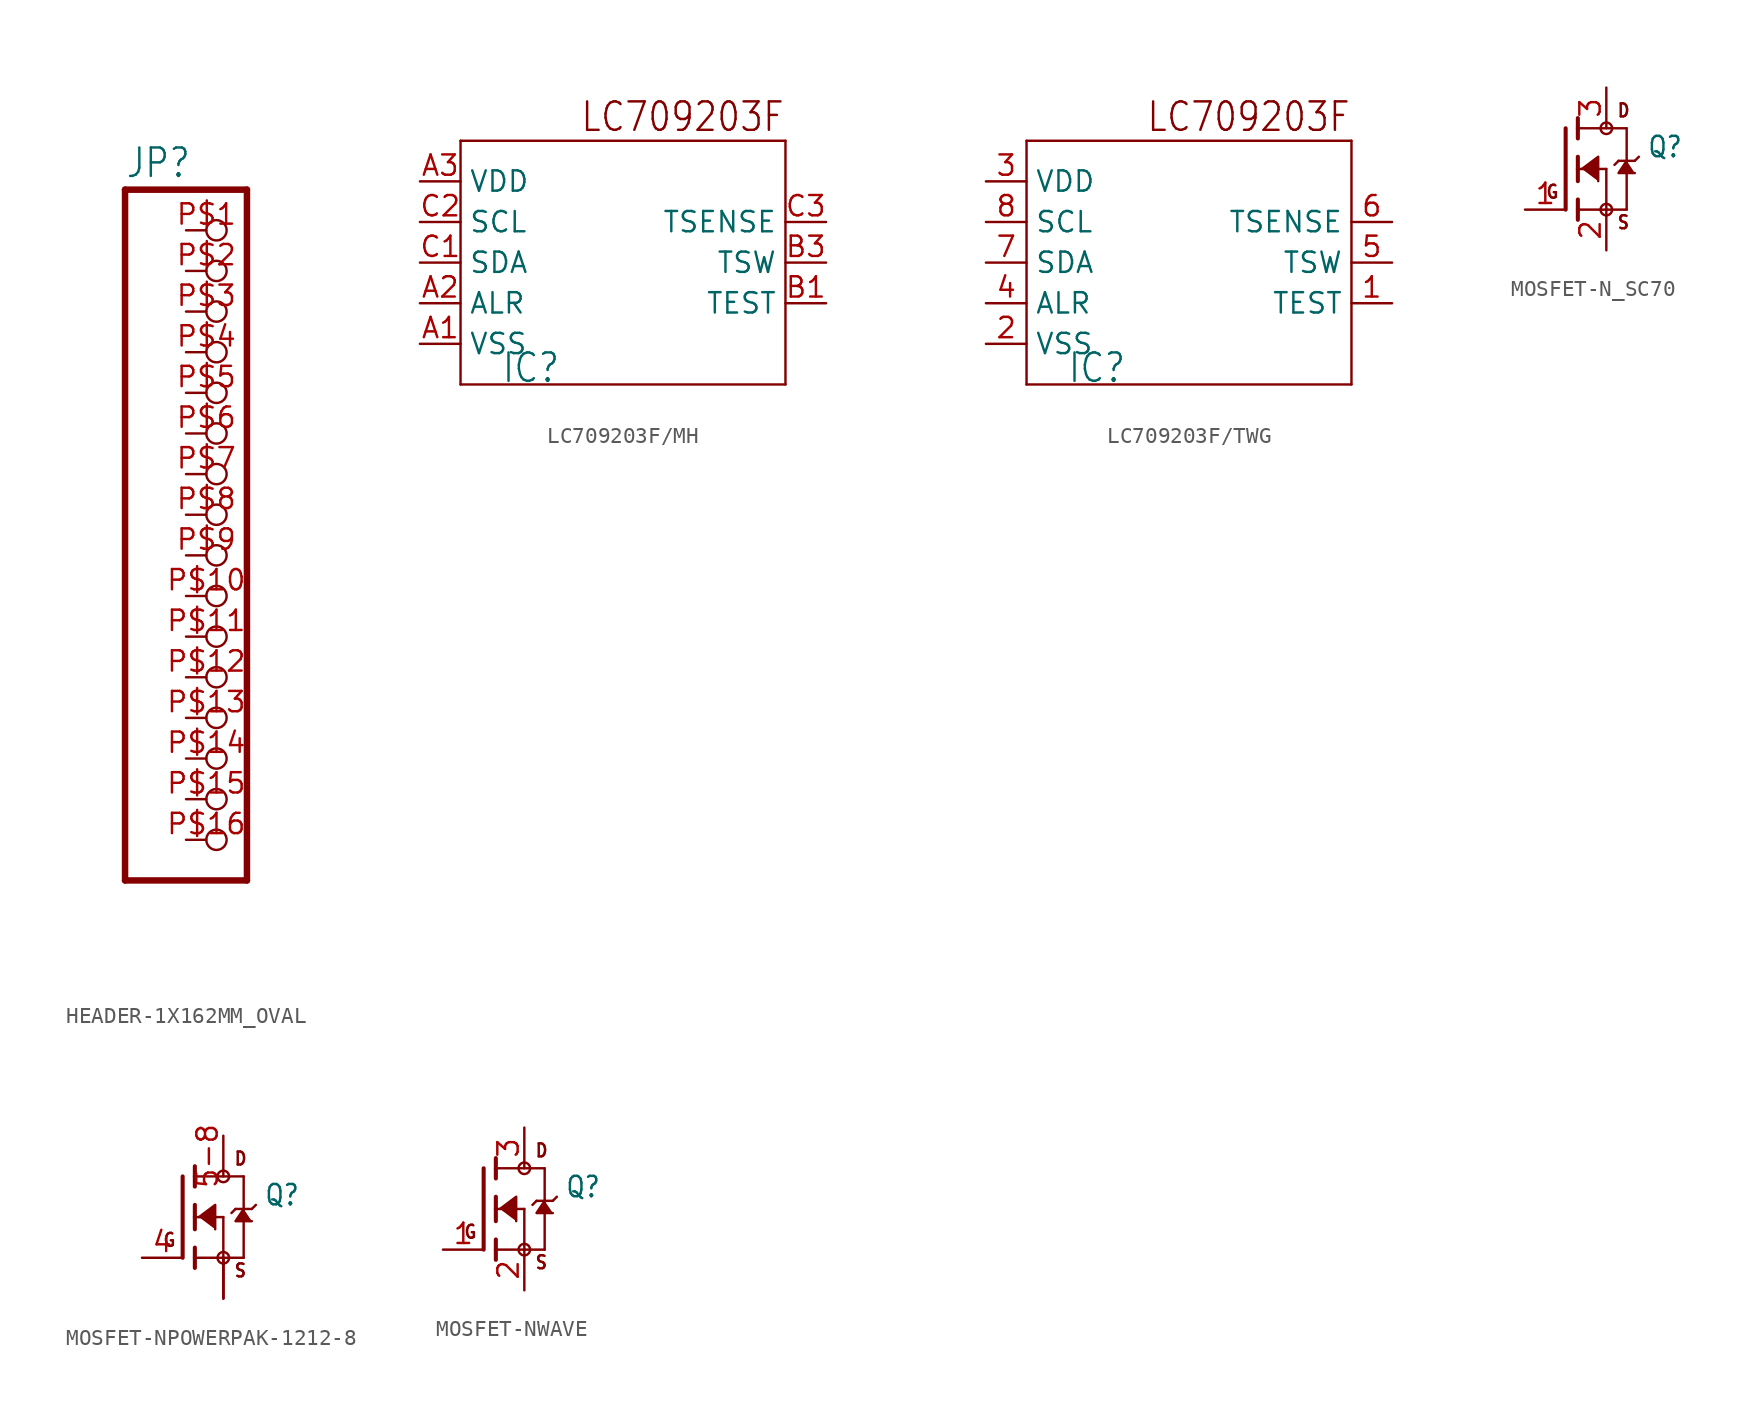
<source format=kicad_sym>
(kicad_symbol_lib
  (version 20231120)
  (generator "kicad_symbol_editor")
  (generator_version "8.0")
  (symbol "HEADER-1X162MM_OVAL"
    (property "Reference" "JP"
      (at -6.35 20.955 0)
      (effects (font (size 1.778 1.511)) (justify left bottom)))
    (property "Value" ""
      (at -6.35 -25.4 0)
      (effects (font (size 1.778 1.511)) (justify left bottom)))
    (property "ki_locked" ""
      (at 0 0 0)
      (effects (font (size 1.27 1.27))))
    (symbol "HEADER-1X162MM_OVAL_1_0"
      (polyline (pts (xy -6.35 -22.86) (xy 1.27 -22.86)) (stroke (width 0.406) (type solid)) (fill (type none)))
      (polyline (pts (xy -6.35 20.32) (xy -6.35 -22.86)) (stroke (width 0.406) (type solid)) (fill (type none)))
      (polyline (pts (xy 1.27 -22.86) (xy 1.27 20.32)) (stroke (width 0.406) (type solid)) (fill (type none)))
      (polyline (pts (xy 1.27 20.32) (xy -6.35 20.32)) (stroke (width 0.406) (type solid)) (fill (type none)))
      (pin passive inverted (at -2.54 17.78 0) (length 2.54) (name "1" (effects (font (size 0 0)))) (number "P$1" (effects (font (size 1.27 1.27)))))
      (pin passive inverted (at -2.54 -5.08 0) (length 2.54) (name "10" (effects (font (size 0 0)))) (number "P$10" (effects (font (size 1.27 1.27)))))
      (pin passive inverted (at -2.54 -7.62 0) (length 2.54) (name "11" (effects (font (size 0 0)))) (number "P$11" (effects (font (size 1.27 1.27)))))
      (pin passive inverted (at -2.54 -10.16 0) (length 2.54) (name "12" (effects (font (size 0 0)))) (number "P$12" (effects (font (size 1.27 1.27)))))
      (pin passive inverted (at -2.54 -12.7 0) (length 2.54) (name "13" (effects (font (size 0 0)))) (number "P$13" (effects (font (size 1.27 1.27)))))
      (pin passive inverted (at -2.54 -15.24 0) (length 2.54) (name "14" (effects (font (size 0 0)))) (number "P$14" (effects (font (size 1.27 1.27)))))
      (pin passive inverted (at -2.54 -17.78 0) (length 2.54) (name "15" (effects (font (size 0 0)))) (number "P$15" (effects (font (size 1.27 1.27)))))
      (pin passive inverted (at -2.54 -20.32 0) (length 2.54) (name "16" (effects (font (size 0 0)))) (number "P$16" (effects (font (size 1.27 1.27)))))
      (pin passive inverted (at -2.54 15.24 0) (length 2.54) (name "2" (effects (font (size 0 0)))) (number "P$2" (effects (font (size 1.27 1.27)))))
      (pin passive inverted (at -2.54 12.7 0) (length 2.54) (name "3" (effects (font (size 0 0)))) (number "P$3" (effects (font (size 1.27 1.27)))))
      (pin passive inverted (at -2.54 10.16 0) (length 2.54) (name "4" (effects (font (size 0 0)))) (number "P$4" (effects (font (size 1.27 1.27)))))
      (pin passive inverted (at -2.54 7.62 0) (length 2.54) (name "5" (effects (font (size 0 0)))) (number "P$5" (effects (font (size 1.27 1.27)))))
      (pin passive inverted (at -2.54 5.08 0) (length 2.54) (name "6" (effects (font (size 0 0)))) (number "P$6" (effects (font (size 1.27 1.27)))))
      (pin passive inverted (at -2.54 2.54 0) (length 2.54) (name "7" (effects (font (size 0 0)))) (number "P$7" (effects (font (size 1.27 1.27)))))
      (pin passive inverted (at -2.54 0 0) (length 2.54) (name "8" (effects (font (size 0 0)))) (number "P$8" (effects (font (size 1.27 1.27)))))
      (pin passive inverted (at -2.54 -2.54 0) (length 2.54) (name "9" (effects (font (size 0 0)))) (number "P$9" (effects (font (size 1.27 1.27)))))))
  (symbol "LC709203F/MH"
    (property "Reference" "IC"
      (at -7.62 -7.62 0)
      (effects (font (size 1.778 1.511)) (justify left bottom)))
    (property "ki_locked" ""
      (at 0 0 0)
      (effects (font (size 1.27 1.27))))
    (symbol "LC709203F/MH_1_0"
      (polyline (pts (xy -10.16 -7.62) (xy -10.16 7.62)) (stroke (width 0.152) (type solid)) (fill (type none)))
      (polyline (pts (xy -10.16 7.62) (xy 10.16 7.62)) (stroke (width 0.152) (type solid)) (fill (type none)))
      (polyline (pts (xy 10.16 -7.62) (xy -10.16 -7.62)) (stroke (width 0.152) (type solid)) (fill (type none)))
      (polyline (pts (xy 10.16 7.62) (xy 10.16 -7.62)) (stroke (width 0.152) (type solid)) (fill (type none)))
      (text "LC709203F" (at 10.16 10.16 0) (effects (font (size 1.778 1.511)) (justify right top)))
      (pin power_in line (at -12.7 -5.08 0) (length 2.54) (name "VSS" (effects (font (size 1.27 1.27)))) (number "A1" (effects (font (size 1.27 1.27)))))
      (pin output line (at -12.7 -2.54 0) (length 2.54) (name "ALR" (effects (font (size 1.27 1.27)))) (number "A2" (effects (font (size 1.27 1.27)))))
      (pin power_in line (at -12.7 5.08 0) (length 2.54) (name "VDD" (effects (font (size 1.27 1.27)))) (number "A3" (effects (font (size 1.27 1.27)))))
      (pin input line (at 12.7 -2.54 180) (length 2.54) (name "TEST" (effects (font (size 1.27 1.27)))) (number "B1" (effects (font (size 1.27 1.27)))))
      (pin output line (at 12.7 0 180) (length 2.54) (name "TSW" (effects (font (size 1.27 1.27)))) (number "B3" (effects (font (size 1.27 1.27)))))
      (pin bidirectional line (at -12.7 0 0) (length 2.54) (name "SDA" (effects (font (size 1.27 1.27)))) (number "C1" (effects (font (size 1.27 1.27)))))
      (pin bidirectional line (at -12.7 2.54 0) (length 2.54) (name "SCL" (effects (font (size 1.27 1.27)))) (number "C2" (effects (font (size 1.27 1.27)))))
      (pin passive line (at 12.7 2.54 180) (length 2.54) (name "TSENSE" (effects (font (size 1.27 1.27)))) (number "C3" (effects (font (size 1.27 1.27)))))))
  (symbol "LC709203F/TWG"
    (property "Reference" "IC"
      (at -7.62 -7.62 0)
      (effects (font (size 1.778 1.511)) (justify left bottom)))
    (property "ki_locked" ""
      (at 0 0 0)
      (effects (font (size 1.27 1.27))))
    (symbol "LC709203F/TWG_1_0"
      (polyline (pts (xy -10.16 -7.62) (xy -10.16 7.62)) (stroke (width 0.152) (type solid)) (fill (type none)))
      (polyline (pts (xy -10.16 7.62) (xy 10.16 7.62)) (stroke (width 0.152) (type solid)) (fill (type none)))
      (polyline (pts (xy 10.16 -7.62) (xy -10.16 -7.62)) (stroke (width 0.152) (type solid)) (fill (type none)))
      (polyline (pts (xy 10.16 7.62) (xy 10.16 -7.62)) (stroke (width 0.152) (type solid)) (fill (type none)))
      (text "LC709203F" (at 10.16 10.16 0) (effects (font (size 1.778 1.511)) (justify right top)))
      (pin input line (at 12.7 -2.54 180) (length 2.54) (name "TEST" (effects (font (size 1.27 1.27)))) (number "1" (effects (font (size 1.27 1.27)))))
      (pin power_in line (at -12.7 -5.08 0) (length 2.54) (name "VSS" (effects (font (size 1.27 1.27)))) (number "2" (effects (font (size 1.27 1.27)))))
      (pin power_in line (at -12.7 5.08 0) (length 2.54) (name "VDD" (effects (font (size 1.27 1.27)))) (number "3" (effects (font (size 1.27 1.27)))))
      (pin output line (at -12.7 -2.54 0) (length 2.54) (name "ALR" (effects (font (size 1.27 1.27)))) (number "4" (effects (font (size 1.27 1.27)))))
      (pin output line (at 12.7 0 180) (length 2.54) (name "TSW" (effects (font (size 1.27 1.27)))) (number "5" (effects (font (size 1.27 1.27)))))
      (pin passive line (at 12.7 2.54 180) (length 2.54) (name "TSENSE" (effects (font (size 1.27 1.27)))) (number "6" (effects (font (size 1.27 1.27)))))
      (pin bidirectional line (at -12.7 0 0) (length 2.54) (name "SDA" (effects (font (size 1.27 1.27)))) (number "7" (effects (font (size 1.27 1.27)))))
      (pin bidirectional line (at -12.7 2.54 0) (length 2.54) (name "SCL" (effects (font (size 1.27 1.27)))) (number "8" (effects (font (size 1.27 1.27)))))))
  (symbol "MOSFET-N_SC70"
    (property "Reference" "Q"
      (at 5.08 0.635 0)
      (effects (font (size 1.27 1.079)) (justify left bottom)))
    (property "Value" ""
      (at 5.08 -1.27 0)
      (effects (font (size 1.27 1.079)) (justify left bottom)))
    (property "ki_locked" ""
      (at 0 0 0)
      (effects (font (size 1.27 1.27))))
    (symbol "MOSFET-N_SC70_1_0"
      (polyline (pts (xy 0 2.54) (xy 0 -2.54)) (stroke (width 0.254) (type solid)) (fill (type none)))
      (polyline (pts (xy 0.762 -2.54) (xy 0.762 -3.175)) (stroke (width 0.254) (type solid)) (fill (type none)))
      (polyline (pts (xy 0.762 -1.905) (xy 0.762 -2.54)) (stroke (width 0.254) (type solid)) (fill (type none)))
      (polyline (pts (xy 0.762 0) (xy 0.762 -0.762)) (stroke (width 0.254) (type solid)) (fill (type none)))
      (polyline (pts (xy 0.762 0) (xy 2.54 0)) (stroke (width 0.152) (type solid)) (fill (type none)))
      (polyline (pts (xy 0.762 0.762) (xy 0.762 0)) (stroke (width 0.254) (type solid)) (fill (type none)))
      (polyline (pts (xy 0.762 2.54) (xy 0.762 1.905)) (stroke (width 0.254) (type solid)) (fill (type none)))
      (polyline (pts (xy 0.762 2.54) (xy 3.81 2.54)) (stroke (width 0.152) (type solid)) (fill (type none)))
      (polyline (pts (xy 0.762 3.175) (xy 0.762 2.54)) (stroke (width 0.254) (type solid)) (fill (type none)))
      (polyline (pts (xy 2.54 -2.54) (xy 0.762 -2.54)) (stroke (width 0.152) (type solid)) (fill (type none)))
      (polyline (pts (xy 2.54 -2.54) (xy 3.81 -2.54)) (stroke (width 0.152) (type solid)) (fill (type none)))
      (polyline (pts (xy 2.54 0) (xy 2.54 -2.54)) (stroke (width 0.152) (type solid)) (fill (type none)))
      (polyline (pts (xy 3.302 0.508) (xy 3.048 0.254)) (stroke (width 0.152) (type solid)) (fill (type none)))
      (polyline (pts (xy 3.81 0.508) (xy 3.302 0.508)) (stroke (width 0.152) (type solid)) (fill (type none)))
      (polyline (pts (xy 3.81 0.508) (xy 3.81 -2.54)) (stroke (width 0.152) (type solid)) (fill (type none)))
      (polyline (pts (xy 3.81 2.54) (xy 3.81 0.508)) (stroke (width 0.152) (type solid)) (fill (type none)))
      (polyline (pts (xy 4.318 0.508) (xy 3.81 0.508)) (stroke (width 0.152) (type solid)) (fill (type none)))
      (polyline (pts (xy 4.572 0.762) (xy 4.318 0.508)) (stroke (width 0.152) (type solid)) (fill (type none)))
      (polyline (pts (xy 1.016 0) (xy 2.032 0.762) (xy 2.032 -0.762)) (stroke (width 0.152) (type solid)) (fill (type outline)))
      (polyline (pts (xy 3.81 0.508) (xy 3.302 -0.254) (xy 4.318 -0.254)) (stroke (width 0.152) (type solid)) (fill (type outline)))
      (circle (center 2.54 -2.54) (radius 0.359) (stroke (width 0) (type solid)) (fill (type none)))
      (circle (center 2.54 2.54) (radius 0.359) (stroke (width 0) (type solid)) (fill (type none)))
      (text "D" (at 3.175 3.175 0) (effects (font (size 0.813 0.691)) (justify left bottom)))
      (text "G" (at -1.27 -1.905 0) (effects (font (size 0.813 0.691)) (justify left bottom)))
      (text "S" (at 3.175 -3.81 0) (effects (font (size 0.813 0.691)) (justify left bottom)))
      (pin bidirectional line (at -2.54 -2.54 0) (length 2.54) (name "G" (effects (font (size 0 0)))) (number "1" (effects (font (size 1.27 1.27)))))
      (pin bidirectional line (at 2.54 -5.08 90) (length 2.54) (name "S" (effects (font (size 0 0)))) (number "2" (effects (font (size 1.27 1.27)))))
      (pin bidirectional line (at 2.54 5.08 270) (length 2.54) (name "D" (effects (font (size 0 0)))) (number "3" (effects (font (size 1.27 1.27)))))))
  (symbol "MOSFET-NPOWERPAK-1212-8"
    (property "Reference" "Q"
      (at 5.08 0.635 0)
      (effects (font (size 1.27 1.079)) (justify left bottom)))
    (property "Value" ""
      (at 5.08 -1.27 0)
      (effects (font (size 1.27 1.079)) (justify left bottom)))
    (property "ki_locked" ""
      (at 0 0 0)
      (effects (font (size 1.27 1.27))))
    (symbol "MOSFET-NPOWERPAK-1212-8_1_0"
      (polyline (pts (xy 0 2.54) (xy 0 -2.54)) (stroke (width 0.254) (type solid)) (fill (type none)))
      (polyline (pts (xy 0.762 -2.54) (xy 0.762 -3.175)) (stroke (width 0.254) (type solid)) (fill (type none)))
      (polyline (pts (xy 0.762 -1.905) (xy 0.762 -2.54)) (stroke (width 0.254) (type solid)) (fill (type none)))
      (polyline (pts (xy 0.762 0) (xy 0.762 -0.762)) (stroke (width 0.254) (type solid)) (fill (type none)))
      (polyline (pts (xy 0.762 0) (xy 2.54 0)) (stroke (width 0.152) (type solid)) (fill (type none)))
      (polyline (pts (xy 0.762 0.762) (xy 0.762 0)) (stroke (width 0.254) (type solid)) (fill (type none)))
      (polyline (pts (xy 0.762 2.54) (xy 0.762 1.905)) (stroke (width 0.254) (type solid)) (fill (type none)))
      (polyline (pts (xy 0.762 2.54) (xy 3.81 2.54)) (stroke (width 0.152) (type solid)) (fill (type none)))
      (polyline (pts (xy 0.762 3.175) (xy 0.762 2.54)) (stroke (width 0.254) (type solid)) (fill (type none)))
      (polyline (pts (xy 2.54 -2.54) (xy 0.762 -2.54)) (stroke (width 0.152) (type solid)) (fill (type none)))
      (polyline (pts (xy 2.54 -2.54) (xy 3.81 -2.54)) (stroke (width 0.152) (type solid)) (fill (type none)))
      (polyline (pts (xy 2.54 0) (xy 2.54 -2.54)) (stroke (width 0.152) (type solid)) (fill (type none)))
      (polyline (pts (xy 3.302 0.508) (xy 3.048 0.254)) (stroke (width 0.152) (type solid)) (fill (type none)))
      (polyline (pts (xy 3.81 0.508) (xy 3.302 0.508)) (stroke (width 0.152) (type solid)) (fill (type none)))
      (polyline (pts (xy 3.81 0.508) (xy 3.81 -2.54)) (stroke (width 0.152) (type solid)) (fill (type none)))
      (polyline (pts (xy 3.81 2.54) (xy 3.81 0.508)) (stroke (width 0.152) (type solid)) (fill (type none)))
      (polyline (pts (xy 4.318 0.508) (xy 3.81 0.508)) (stroke (width 0.152) (type solid)) (fill (type none)))
      (polyline (pts (xy 4.572 0.762) (xy 4.318 0.508)) (stroke (width 0.152) (type solid)) (fill (type none)))
      (polyline (pts (xy 1.016 0) (xy 2.032 0.762) (xy 2.032 -0.762)) (stroke (width 0.152) (type solid)) (fill (type outline)))
      (polyline (pts (xy 3.81 0.508) (xy 3.302 -0.254) (xy 4.318 -0.254)) (stroke (width 0.152) (type solid)) (fill (type outline)))
      (circle (center 2.54 -2.54) (radius 0.359) (stroke (width 0) (type solid)) (fill (type none)))
      (circle (center 2.54 2.54) (radius 0.359) (stroke (width 0) (type solid)) (fill (type none)))
      (text "D" (at 3.175 3.175 0) (effects (font (size 0.813 0.691)) (justify left bottom)))
      (text "G" (at -1.27 -1.905 0) (effects (font (size 0.813 0.691)) (justify left bottom)))
      (text "S" (at 3.175 -3.81 0) (effects (font (size 0.813 0.691)) (justify left bottom)))
      (pin bidirectional line (at 2.54 -5.08 90) (length 2.54) (name "S" (effects (font (size 0 0)))) (number "1" (effects (font (size 0 0)))))
      (pin bidirectional line (at 2.54 -5.08 90) (length 2.54) (name "S" (effects (font (size 0 0)))) (number "2" (effects (font (size 0 0)))))
      (pin bidirectional line (at 2.54 -5.08 90) (length 2.54) (name "S" (effects (font (size 0 0)))) (number "3" (effects (font (size 0 0)))))
      (pin bidirectional line (at -2.54 -2.54 0) (length 2.54) (name "G" (effects (font (size 0 0)))) (number "4" (effects (font (size 1.27 1.27)))))
      (pin bidirectional line (at 2.54 5.08 270) (length 2.54) (name "D" (effects (font (size 0 0)))) (number "5-8" (effects (font (size 1.27 1.27)))))))
  (symbol "MOSFET-NWAVE"
    (property "Reference" "Q"
      (at 5.08 0.635 0)
      (effects (font (size 1.27 1.079)) (justify left bottom)))
    (property "Value" ""
      (at 5.08 -1.27 0)
      (effects (font (size 1.27 1.079)) (justify left bottom)))
    (property "ki_locked" ""
      (at 0 0 0)
      (effects (font (size 1.27 1.27))))
    (symbol "MOSFET-NWAVE_1_0"
      (polyline (pts (xy 0 2.54) (xy 0 -2.54)) (stroke (width 0.254) (type solid)) (fill (type none)))
      (polyline (pts (xy 0.762 -2.54) (xy 0.762 -3.175)) (stroke (width 0.254) (type solid)) (fill (type none)))
      (polyline (pts (xy 0.762 -1.905) (xy 0.762 -2.54)) (stroke (width 0.254) (type solid)) (fill (type none)))
      (polyline (pts (xy 0.762 0) (xy 0.762 -0.762)) (stroke (width 0.254) (type solid)) (fill (type none)))
      (polyline (pts (xy 0.762 0) (xy 2.54 0)) (stroke (width 0.152) (type solid)) (fill (type none)))
      (polyline (pts (xy 0.762 0.762) (xy 0.762 0)) (stroke (width 0.254) (type solid)) (fill (type none)))
      (polyline (pts (xy 0.762 2.54) (xy 0.762 1.905)) (stroke (width 0.254) (type solid)) (fill (type none)))
      (polyline (pts (xy 0.762 2.54) (xy 3.81 2.54)) (stroke (width 0.152) (type solid)) (fill (type none)))
      (polyline (pts (xy 0.762 3.175) (xy 0.762 2.54)) (stroke (width 0.254) (type solid)) (fill (type none)))
      (polyline (pts (xy 2.54 -2.54) (xy 0.762 -2.54)) (stroke (width 0.152) (type solid)) (fill (type none)))
      (polyline (pts (xy 2.54 -2.54) (xy 3.81 -2.54)) (stroke (width 0.152) (type solid)) (fill (type none)))
      (polyline (pts (xy 2.54 0) (xy 2.54 -2.54)) (stroke (width 0.152) (type solid)) (fill (type none)))
      (polyline (pts (xy 3.302 0.508) (xy 3.048 0.254)) (stroke (width 0.152) (type solid)) (fill (type none)))
      (polyline (pts (xy 3.81 0.508) (xy 3.302 0.508)) (stroke (width 0.152) (type solid)) (fill (type none)))
      (polyline (pts (xy 3.81 0.508) (xy 3.81 -2.54)) (stroke (width 0.152) (type solid)) (fill (type none)))
      (polyline (pts (xy 3.81 2.54) (xy 3.81 0.508)) (stroke (width 0.152) (type solid)) (fill (type none)))
      (polyline (pts (xy 4.318 0.508) (xy 3.81 0.508)) (stroke (width 0.152) (type solid)) (fill (type none)))
      (polyline (pts (xy 4.572 0.762) (xy 4.318 0.508)) (stroke (width 0.152) (type solid)) (fill (type none)))
      (polyline (pts (xy 1.016 0) (xy 2.032 0.762) (xy 2.032 -0.762)) (stroke (width 0.152) (type solid)) (fill (type outline)))
      (polyline (pts (xy 3.81 0.508) (xy 3.302 -0.254) (xy 4.318 -0.254)) (stroke (width 0.152) (type solid)) (fill (type outline)))
      (circle (center 2.54 -2.54) (radius 0.359) (stroke (width 0) (type solid)) (fill (type none)))
      (circle (center 2.54 2.54) (radius 0.359) (stroke (width 0) (type solid)) (fill (type none)))
      (text "D" (at 3.175 3.175 0) (effects (font (size 0.813 0.691)) (justify left bottom)))
      (text "G" (at -1.27 -1.905 0) (effects (font (size 0.813 0.691)) (justify left bottom)))
      (text "S" (at 3.175 -3.81 0) (effects (font (size 0.813 0.691)) (justify left bottom)))
      (pin bidirectional line (at -2.54 -2.54 0) (length 2.54) (name "G" (effects (font (size 0 0)))) (number "1" (effects (font (size 1.27 1.27)))))
      (pin bidirectional line (at 2.54 -5.08 90) (length 2.54) (name "S" (effects (font (size 0 0)))) (number "2" (effects (font (size 1.27 1.27)))))
      (pin bidirectional line (at 2.54 5.08 270) (length 2.54) (name "D" (effects (font (size 0 0)))) (number "3" (effects (font (size 1.27 1.27))))))))
</source>
